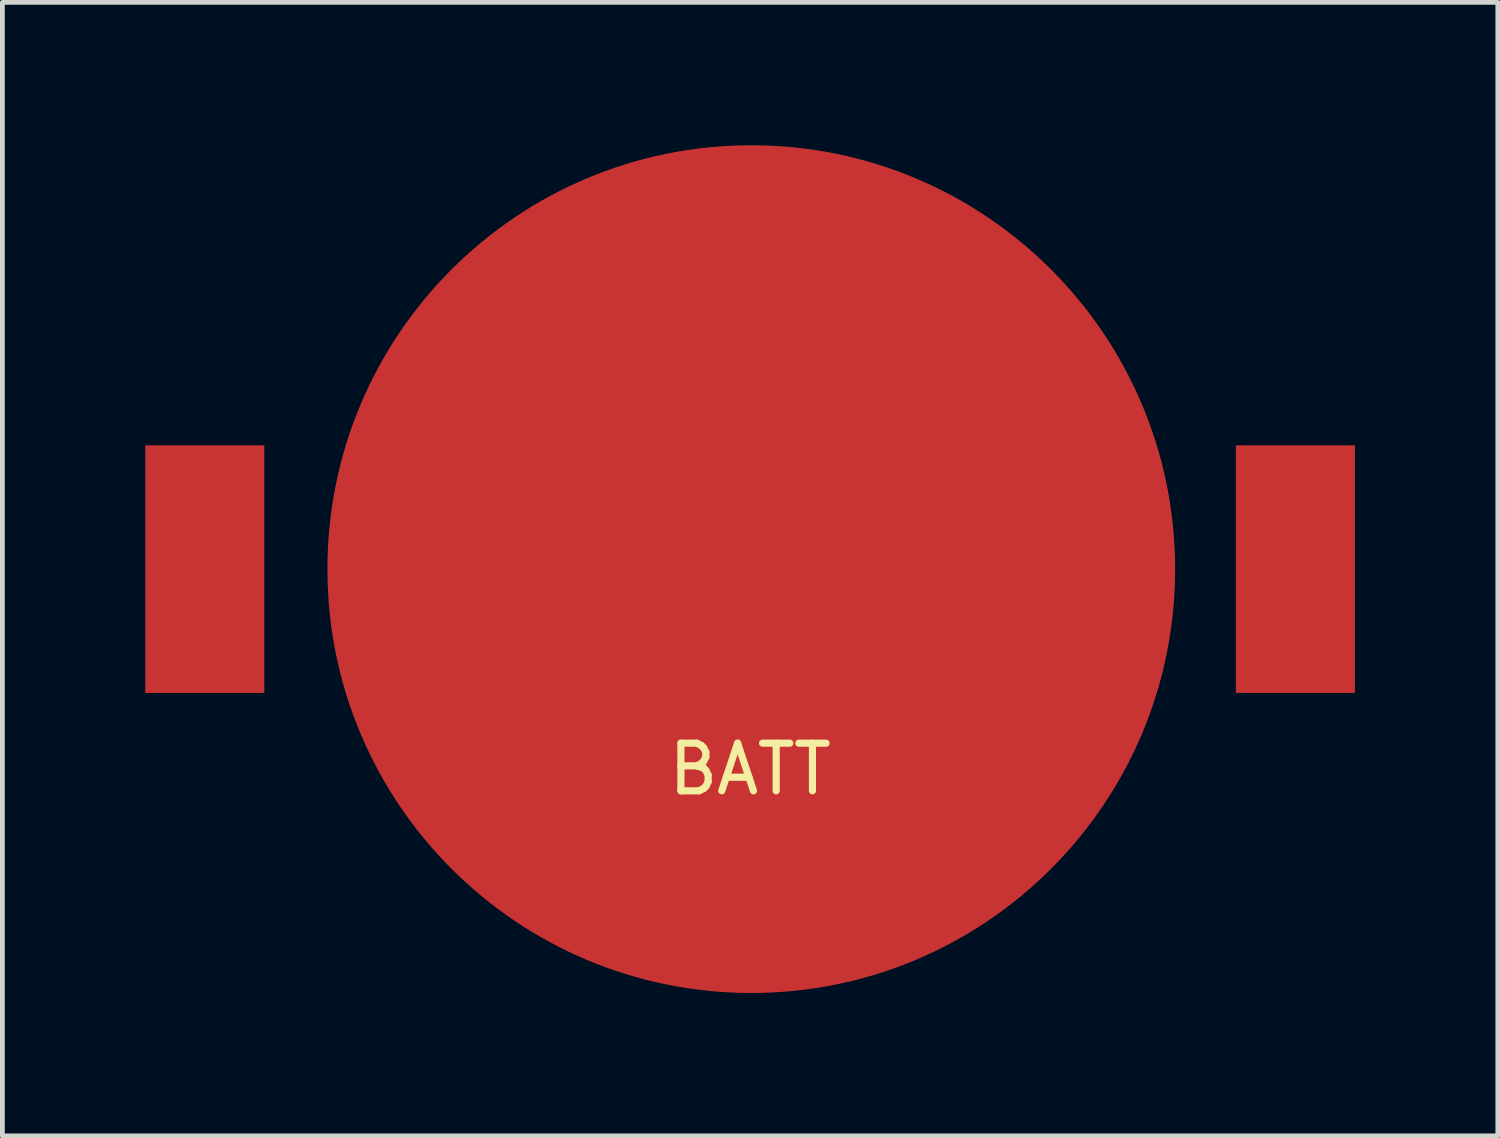
<source format=kicad_pcb>
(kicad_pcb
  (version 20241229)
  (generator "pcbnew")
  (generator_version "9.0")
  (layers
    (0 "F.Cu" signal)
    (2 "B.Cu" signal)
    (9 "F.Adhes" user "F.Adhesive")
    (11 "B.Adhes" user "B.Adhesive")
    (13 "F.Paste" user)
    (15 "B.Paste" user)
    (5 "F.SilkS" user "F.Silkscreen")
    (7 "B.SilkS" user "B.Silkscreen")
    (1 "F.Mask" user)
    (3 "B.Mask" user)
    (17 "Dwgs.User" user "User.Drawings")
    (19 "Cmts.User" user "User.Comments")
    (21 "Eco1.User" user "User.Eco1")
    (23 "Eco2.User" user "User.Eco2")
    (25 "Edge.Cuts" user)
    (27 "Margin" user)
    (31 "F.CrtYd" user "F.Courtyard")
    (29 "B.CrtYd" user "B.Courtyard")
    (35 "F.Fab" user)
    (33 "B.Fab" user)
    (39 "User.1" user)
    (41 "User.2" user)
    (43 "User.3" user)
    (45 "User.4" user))
  (footprint "BATT"
    (layer "F.Cu")
    (at 12.7 8.9)
    (property "Reference" "BATT" (at 0 4.2 0) (layer "F.SilkS") (effects (font (size 1 1) (thickness 0.15))))
    (attr through_hole)
    (pad "1" smd circle (at 0.025 0) (size 17.8 17.8) (layers "F.Cu" "F.Mask" "F.Paste"))
    (pad "2" smd rect (at -11.45 0) (size 2.5 5.2) (layers "F.Cu" "F.Mask" "F.Paste"))
    (pad "2" smd rect (at 11.45 0) (size 2.5 5.2) (layers "F.Cu" "F.Mask" "F.Paste")))
  (gr_rect
    (start -3 -3)
    (end 28.4 20.8)
    (stroke (width 0.1) (type default))
    (fill no)
    (layer "Edge.Cuts")))
</source>
